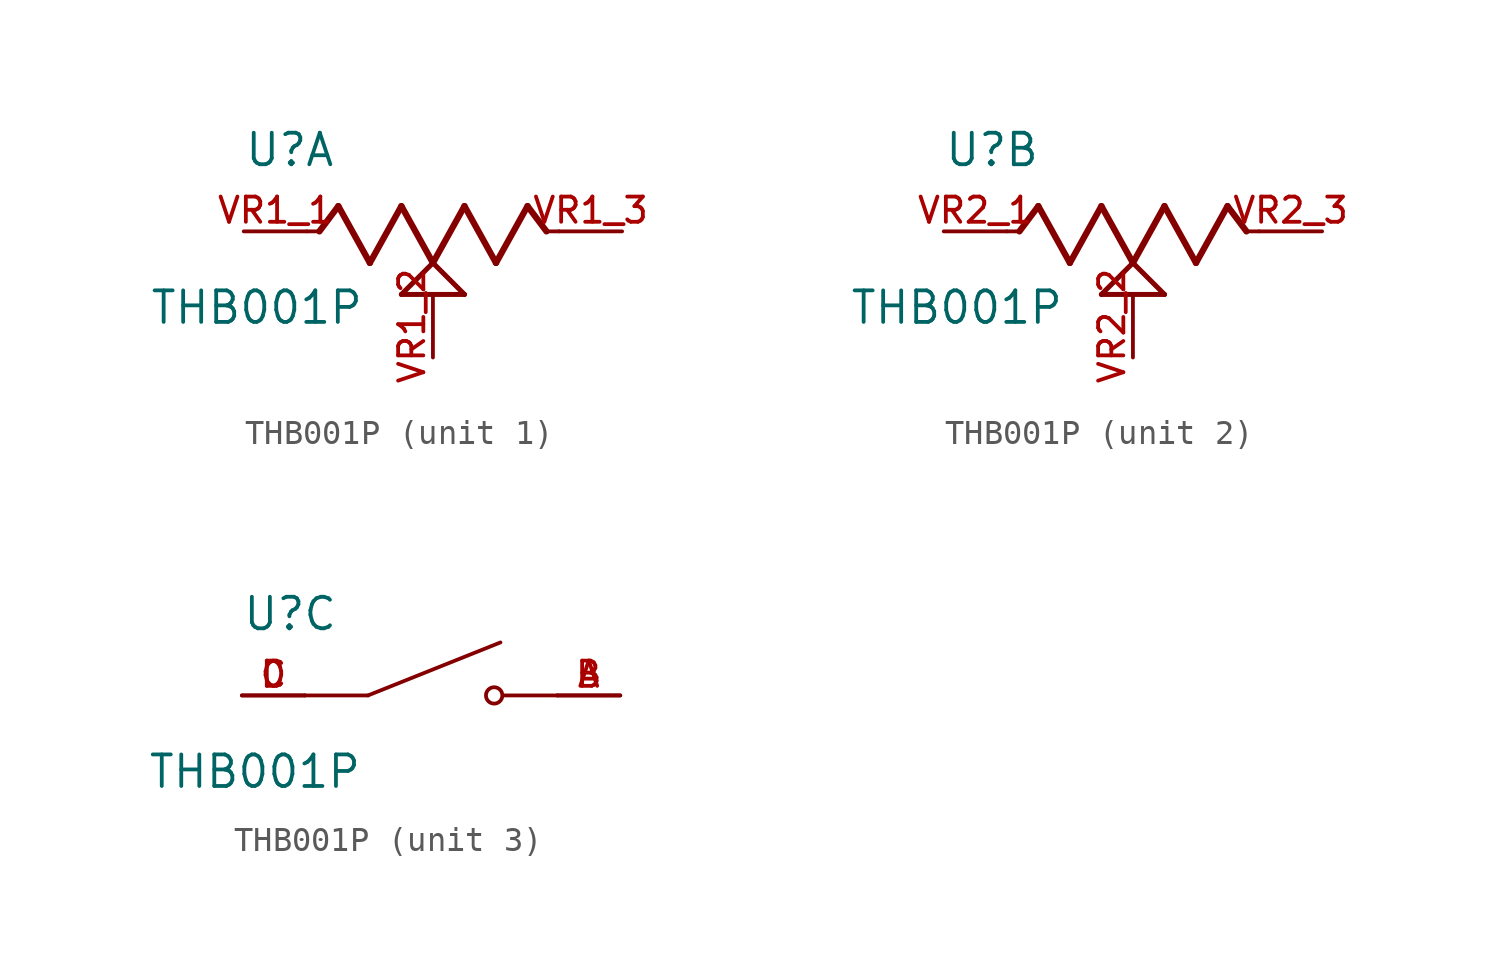
<source format=kicad_sym>
(kicad_symbol_lib
  (version 20220914)
  (generator kicad_symbol_editor)
  (symbol "THB001P"
    (pin_names
      (offset 1.016))
    (property "Reference" "U"
      (at -7.62 2.54 0)
      (effects (font (size 1.27 1.27)) (justify left bottom)))
    (property "Value" "THB001P"
      (at -11.43 -3.81 0)
      (effects (font (size 1.27 1.27)) (justify left bottom)))
    (symbol "THB001P_1_0"
      (polyline (pts (xy -5.08 0) (xy -4.572 0)) (stroke (width 0.152) (type default)) (fill (type none)))
      (polyline (pts (xy -4.572 0) (xy -3.81 1.016)) (stroke (width 0.254) (type default)) (fill (type none)))
      (polyline (pts (xy -3.81 1.016) (xy -2.54 -1.27)) (stroke (width 0.254) (type default)) (fill (type none)))
      (polyline (pts (xy -2.54 -1.27) (xy -1.27 1.016)) (stroke (width 0.254) (type default)) (fill (type none)))
      (polyline (pts (xy -1.27 -2.54) (xy 0 -1.27)) (stroke (width 0.203) (type default)) (fill (type none)))
      (polyline (pts (xy -1.27 1.016) (xy 0 -1.27)) (stroke (width 0.254) (type default)) (fill (type none)))
      (polyline (pts (xy 0 -1.27) (xy 1.27 -2.54)) (stroke (width 0.203) (type default)) (fill (type none)))
      (polyline (pts (xy 0 -1.27) (xy 1.27 1.016)) (stroke (width 0.254) (type default)) (fill (type none)))
      (polyline (pts (xy 1.27 -2.54) (xy -1.27 -2.54)) (stroke (width 0.203) (type default)) (fill (type none)))
      (polyline (pts (xy 1.27 1.016) (xy 2.54 -1.27)) (stroke (width 0.254) (type default)) (fill (type none)))
      (polyline (pts (xy 2.54 -1.27) (xy 3.81 1.016)) (stroke (width 0.254) (type default)) (fill (type none)))
      (polyline (pts (xy 3.81 1.016) (xy 4.572 0)) (stroke (width 0.254) (type default)) (fill (type none)))
      (polyline (pts (xy 4.572 0) (xy 5.08 0)) (stroke (width 0.152) (type default)) (fill (type none)))
      (pin passive line (at -7.62 0 0) (length 2.54) (name "~" (effects (font (size 1.016 1.016)))) (number "VR1_1" (effects (font (size 1.016 1.016)))))
      (pin passive line (at 0 -5.08 90) (length 2.54) (name "~" (effects (font (size 1.016 1.016)))) (number "VR1_2" (effects (font (size 1.016 1.016)))))
      (pin passive line (at 7.62 0 180) (length 2.54) (name "~" (effects (font (size 1.016 1.016)))) (number "VR1_3" (effects (font (size 1.016 1.016))))))
    (symbol "THB001P_2_0"
      (polyline (pts (xy -5.08 0) (xy -4.572 0)) (stroke (width 0.152) (type default)) (fill (type none)))
      (polyline (pts (xy -4.572 0) (xy -3.81 1.016)) (stroke (width 0.254) (type default)) (fill (type none)))
      (polyline (pts (xy -3.81 1.016) (xy -2.54 -1.27)) (stroke (width 0.254) (type default)) (fill (type none)))
      (polyline (pts (xy -2.54 -1.27) (xy -1.27 1.016)) (stroke (width 0.254) (type default)) (fill (type none)))
      (polyline (pts (xy -1.27 -2.54) (xy 0 -1.27)) (stroke (width 0.203) (type default)) (fill (type none)))
      (polyline (pts (xy -1.27 1.016) (xy 0 -1.27)) (stroke (width 0.254) (type default)) (fill (type none)))
      (polyline (pts (xy 0 -1.27) (xy 1.27 -2.54)) (stroke (width 0.203) (type default)) (fill (type none)))
      (polyline (pts (xy 0 -1.27) (xy 1.27 1.016)) (stroke (width 0.254) (type default)) (fill (type none)))
      (polyline (pts (xy 1.27 -2.54) (xy -1.27 -2.54)) (stroke (width 0.203) (type default)) (fill (type none)))
      (polyline (pts (xy 1.27 1.016) (xy 2.54 -1.27)) (stroke (width 0.254) (type default)) (fill (type none)))
      (polyline (pts (xy 2.54 -1.27) (xy 3.81 1.016)) (stroke (width 0.254) (type default)) (fill (type none)))
      (polyline (pts (xy 3.81 1.016) (xy 4.572 0)) (stroke (width 0.254) (type default)) (fill (type none)))
      (polyline (pts (xy 4.572 0) (xy 5.08 0)) (stroke (width 0.152) (type default)) (fill (type none)))
      (pin passive line (at -7.62 0 0) (length 2.54) (name "~" (effects (font (size 1.016 1.016)))) (number "VR2_1" (effects (font (size 1.016 1.016)))))
      (pin passive line (at 0 -5.08 90) (length 2.54) (name "~" (effects (font (size 1.016 1.016)))) (number "VR2_2" (effects (font (size 1.016 1.016)))))
      (pin passive line (at 7.62 0 180) (length 2.54) (name "~" (effects (font (size 1.016 1.016)))) (number "VR2_3" (effects (font (size 1.016 1.016))))))
    (symbol "THB001P_3_0"
      (polyline (pts (xy -2.54 0) (xy -5.08 0)) (stroke (width 0.152) (type default)) (fill (type none)))
      (polyline (pts (xy -2.54 0) (xy 2.794 2.134)) (stroke (width 0.152) (type default)) (fill (type none)))
      (polyline (pts (xy 5.08 0) (xy 2.921 0)) (stroke (width 0.152) (type default)) (fill (type none)))
      (circle (center 2.54 0) (radius 0.33) (stroke (width 0.152) (type default)) (fill (type none)))
      (pin passive line (at 7.62 0 180) (length 2.54) (name "~" (effects (font (size 1.016 1.016)))) (number "A" (effects (font (size 1.016 1.016)))))
      (pin passive line (at 7.62 0 180) (length 2.54) (name "~" (effects (font (size 1.016 1.016)))) (number "B" (effects (font (size 1.016 1.016)))))
      (pin passive line (at -7.62 0 0) (length 2.54) (name "~" (effects (font (size 1.016 1.016)))) (number "C" (effects (font (size 1.016 1.016)))))
      (pin passive line (at -7.62 0 0) (length 2.54) (name "~" (effects (font (size 1.016 1.016)))) (number "D" (effects (font (size 1.016 1.016))))))))
</source>
